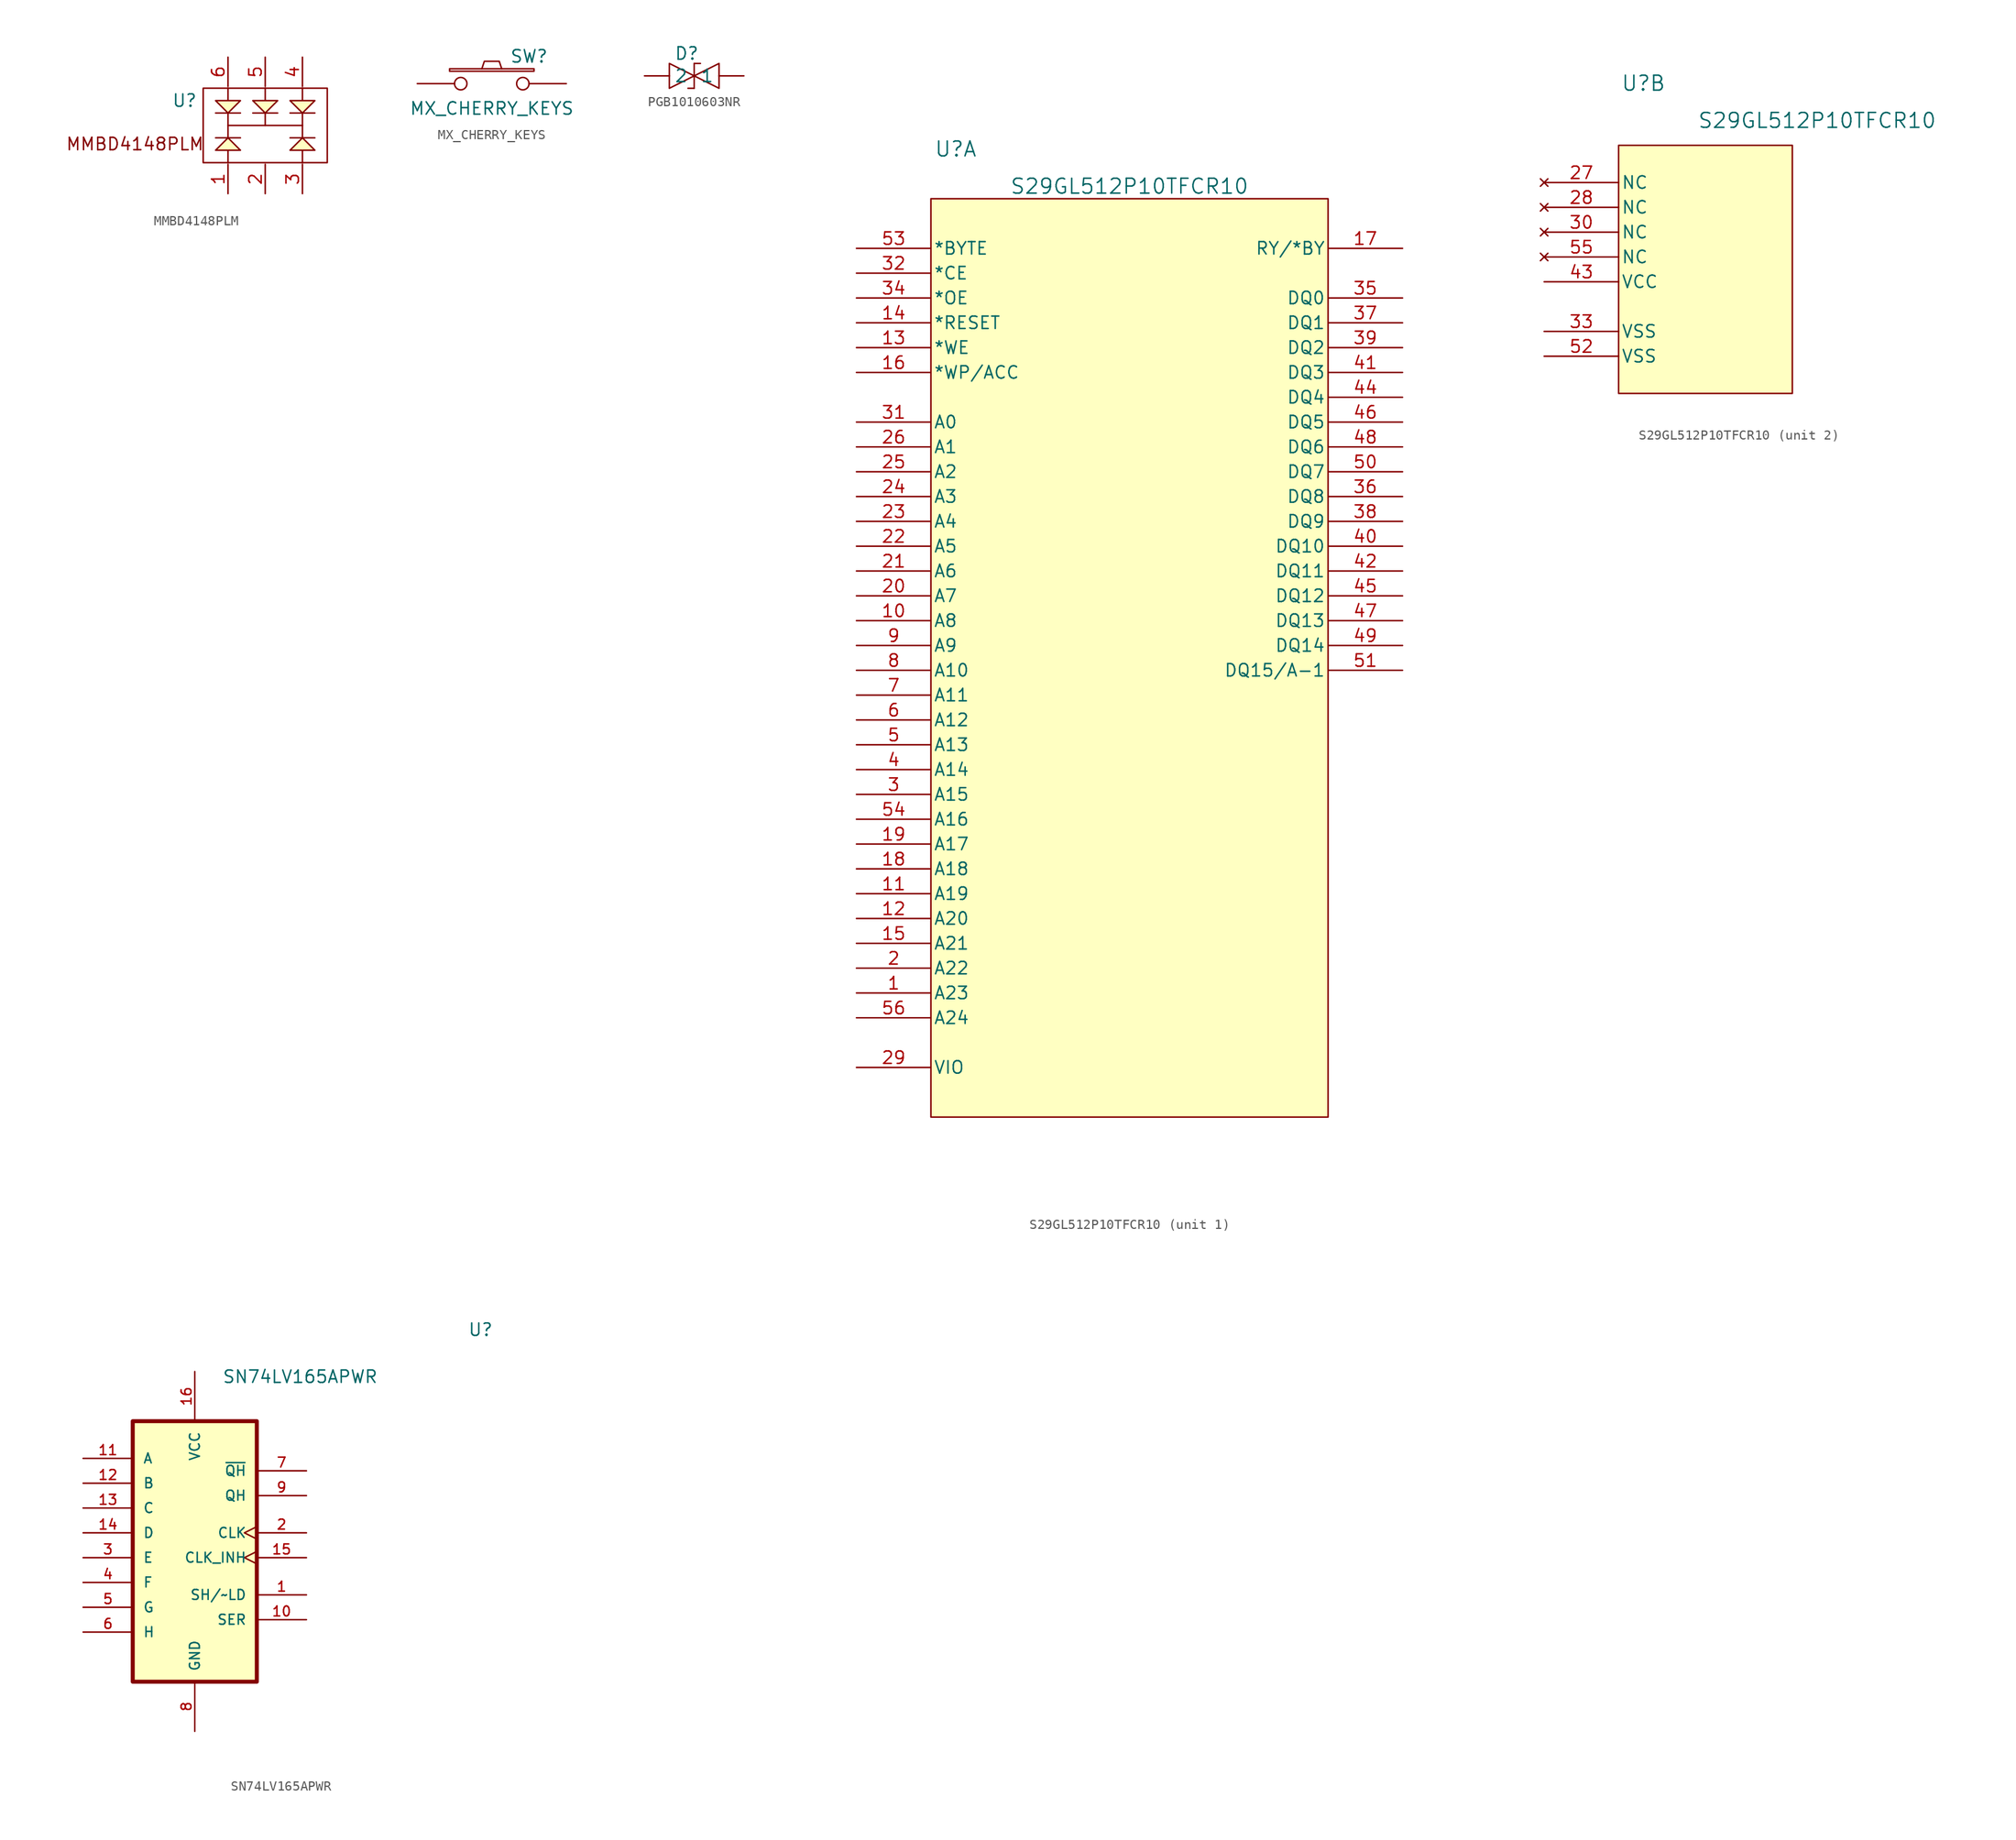
<source format=kicad_sym>
(kicad_symbol_lib
  (version 20241209)
  (generator "kicad_symbol_editor")
  (generator_version "9.0")
  (symbol "MMBD4148PLM"
    (property "Reference" "U"
      (at -8.255 2.54 0)
      (effects (font (size 1.27 1.27))))
    (property "Value" ""
      (at 1.27 2.54 0)
      (effects (font (size 1.27 1.27))))
    (symbol "MMBD4148PLM_0_1"
      (polyline (pts (xy -5.08 1.27) (xy -2.54 1.27)) (stroke (width 0) (type default)) (fill (type none)))
      (polyline (pts (xy -2.54 -1.27) (xy -5.08 -1.27)) (stroke (width 0) (type default)) (fill (type none)))
      (polyline (pts (xy -1.27 1.27) (xy 1.27 1.27)) (stroke (width 0) (type default)) (fill (type none)))
      (polyline (pts (xy 2.54 1.27) (xy 5.08 1.27)) (stroke (width 0) (type default)) (fill (type none)))
      (polyline (pts (xy 5.08 -1.27) (xy 2.54 -1.27)) (stroke (width 0) (type default)) (fill (type none))))
    (symbol "MMBD4148PLM_1_1"
      (rectangle (start -6.35 3.81) (end 6.35 -3.81) (stroke (width 0) (type default)) (fill (type none)))
      (polyline (pts (xy -3.81 3.81) (xy -3.81 2.54) (xy -2.54 2.54) (xy -3.81 1.27) (xy -5.08 2.54) (xy -3.81 2.54)) (stroke (width 0) (type default)) (fill (type background)))
      (polyline (pts (xy -3.81 1.27) (xy -3.81 -1.27)) (stroke (width 0) (type default)) (fill (type none)))
      (polyline (pts (xy -3.81 0) (xy 3.81 0)) (stroke (width 0) (type default)) (fill (type none)))
      (polyline (pts (xy -3.81 -3.81) (xy -3.81 -2.54) (xy -5.08 -2.54) (xy -3.81 -1.27) (xy -2.54 -2.54) (xy -3.81 -2.54)) (stroke (width 0) (type default)) (fill (type background)))
      (polyline (pts (xy 0 3.81) (xy 0 2.54) (xy 1.27 2.54) (xy 0 1.27) (xy -1.27 2.54) (xy 0 2.54)) (stroke (width 0) (type default)) (fill (type background)))
      (polyline (pts (xy 0 1.27) (xy 0 0)) (stroke (width 0) (type default)) (fill (type none)))
      (polyline (pts (xy 3.81 3.81) (xy 3.81 2.54) (xy 5.08 2.54) (xy 3.81 1.27) (xy 2.54 2.54) (xy 3.81 2.54)) (stroke (width 0) (type default)) (fill (type background)))
      (polyline (pts (xy 3.81 1.27) (xy 3.81 -1.27)) (stroke (width 0) (type default)) (fill (type none)))
      (polyline (pts (xy 3.81 -3.81) (xy 3.81 -2.54) (xy 2.54 -2.54) (xy 3.81 -1.27) (xy 5.08 -2.54) (xy 3.81 -2.54)) (stroke (width 0) (type default)) (fill (type background)))
      (text "MMBD4148PLM" (at -13.335 -1.905 0) (effects (font (size 1.27 1.27))))
      (pin passive line (at -3.81 6.985 270) (length 3) (name "" (effects (font (size 1.27 1.27)))) (number "6" (effects (font (size 1.27 1.27)))))
      (pin passive line (at -3.81 -6.985 90) (length 3) (name "" (effects (font (size 1.27 1.27)))) (number "1" (effects (font (size 1.27 1.27)))))
      (pin passive line (at 0 6.985 270) (length 3) (name "" (effects (font (size 1.27 1.27)))) (number "5" (effects (font (size 1.27 1.27)))))
      (pin passive line (at 0 -6.985 90) (length 3) (name "" (effects (font (size 1.27 1.27)))) (number "2" (effects (font (size 1.27 1.27)))))
      (pin passive line (at 3.81 6.985 270) (length 3) (name "" (effects (font (size 1.27 1.27)))) (number "4" (effects (font (size 1.27 1.27)))))
      (pin passive line (at 3.81 -6.985 90) (length 3) (name "" (effects (font (size 1.27 1.27)))) (number "3" (effects (font (size 1.27 1.27)))))))
  (symbol "MX_CHERRY_KEYS"
    (pin_numbers
      (hide yes))
    (pin_names
      (offset 1.016)
      (hide yes))
    (property "Reference" "SW"
      (at 3.81 2.794 0)
      (effects (font (size 1.27 1.27))))
    (property "Value" "MX_CHERRY_KEYS"
      (at 0 -2.54 0)
      (effects (font (size 1.27 1.27))))
    (symbol "MX_CHERRY_KEYS_0_1"
      (rectangle (start -4.318 1.27) (end 4.318 1.524) (stroke (width 0) (type solid)) (fill (type none)))
      (polyline (pts (xy -1.016 1.524) (xy -0.762 2.286) (xy 0.762 2.286) (xy 1.016 1.524)) (stroke (width 0) (type solid)) (fill (type none)))
      (pin passive inverted (at -7.62 0 0) (length 5.08) (name "1" (effects (font (size 1.524 1.524)))) (number "1" (effects (font (size 1.524 1.524)))))
      (pin passive inverted (at 7.62 0 180) (length 5.08) (name "2" (effects (font (size 1.524 1.524)))) (number "2" (effects (font (size 1.524 1.524)))))))
  (symbol "PGB1010603NR"
    (property "Reference" "D"
      (at -0.762 2.286 0)
      (effects (font (size 1.27 1.27))))
    (property "Value" ""
      (at 0 0 0)
      (effects (font (size 1.27 1.27))))
    (symbol "PGB1010603NR_0_1"
      (polyline (pts (xy -2.54 1.27) (xy -2.54 -1.27) (xy 0 0) (xy -2.54 1.27)) (stroke (width 0) (type default)) (fill (type none)))
      (polyline (pts (xy 0 1.27) (xy 0 -1.27)) (stroke (width 0) (type default)) (fill (type none)))
      (polyline (pts (xy 0 1.27) (xy 0.635 1.27)) (stroke (width 0) (type default)) (fill (type none)))
      (polyline (pts (xy 0 0) (xy 2.54 1.27) (xy 2.54 -1.27) (xy 0 0)) (stroke (width 0) (type default)) (fill (type none)))
      (polyline (pts (xy 0 -1.27) (xy -0.635 -1.27)) (stroke (width 0) (type default)) (fill (type none))))
    (symbol "PGB1010603NR_1_1"
      (pin input line (at -5.08 0 0) (length 2.54) (name "2" (effects (font (size 1.27 1.27)))) (number "" (effects (font (size 1.27 1.27)))))
      (pin input line (at 5.08 0 180) (length 2.54) (name "1" (effects (font (size 1.27 1.27)))) (number "" (effects (font (size 1.27 1.27)))))))
  (symbol "S29GL512P10TFCR10"
    (pin_names
      (offset 0.254))
    (property "Reference" "U"
      (at -16.51 54.61 0)
      (effects (font (size 1.524 1.524))))
    (property "Value" "S29GL512P10TFCR10"
      (at 1.27 50.8 0)
      (effects (font (size 1.524 1.524))))
    (property "ki_locked" ""
      (at 0 0 0)
      (effects (font (size 1.27 1.27))))
    (symbol "S29GL512P10TFCR10_1_1"
      (rectangle (start -19.05 49.53) (end 21.59 -44.45) (stroke (width 0) (type default)) (fill (type background)))
      (pin input line (at -26.67 44.45 0) (length 7.62) (name "*BYTE" (effects (font (size 1.27 1.27)))) (number "53" (effects (font (size 1.27 1.27)))))
      (pin input line (at -26.67 41.91 0) (length 7.62) (name "*CE" (effects (font (size 1.27 1.27)))) (number "32" (effects (font (size 1.27 1.27)))))
      (pin input line (at -26.67 39.37 0) (length 7.62) (name "*OE" (effects (font (size 1.27 1.27)))) (number "34" (effects (font (size 1.27 1.27)))))
      (pin input line (at -26.67 36.83 0) (length 7.62) (name "*RESET" (effects (font (size 1.27 1.27)))) (number "14" (effects (font (size 1.27 1.27)))))
      (pin input line (at -26.67 34.29 0) (length 7.62) (name "*WE" (effects (font (size 1.27 1.27)))) (number "13" (effects (font (size 1.27 1.27)))))
      (pin input line (at -26.67 31.75 0) (length 7.62) (name "*WP/ACC" (effects (font (size 1.27 1.27)))) (number "16" (effects (font (size 1.27 1.27)))))
      (pin input line (at -26.67 26.67 0) (length 7.62) (name "A0" (effects (font (size 1.27 1.27)))) (number "31" (effects (font (size 1.27 1.27)))))
      (pin input line (at -26.67 24.13 0) (length 7.62) (name "A1" (effects (font (size 1.27 1.27)))) (number "26" (effects (font (size 1.27 1.27)))))
      (pin input line (at -26.67 21.59 0) (length 7.62) (name "A2" (effects (font (size 1.27 1.27)))) (number "25" (effects (font (size 1.27 1.27)))))
      (pin input line (at -26.67 19.05 0) (length 7.62) (name "A3" (effects (font (size 1.27 1.27)))) (number "24" (effects (font (size 1.27 1.27)))))
      (pin input line (at -26.67 16.51 0) (length 7.62) (name "A4" (effects (font (size 1.27 1.27)))) (number "23" (effects (font (size 1.27 1.27)))))
      (pin input line (at -26.67 13.97 0) (length 7.62) (name "A5" (effects (font (size 1.27 1.27)))) (number "22" (effects (font (size 1.27 1.27)))))
      (pin input line (at -26.67 11.43 0) (length 7.62) (name "A6" (effects (font (size 1.27 1.27)))) (number "21" (effects (font (size 1.27 1.27)))))
      (pin input line (at -26.67 8.89 0) (length 7.62) (name "A7" (effects (font (size 1.27 1.27)))) (number "20" (effects (font (size 1.27 1.27)))))
      (pin input line (at -26.67 6.35 0) (length 7.62) (name "A8" (effects (font (size 1.27 1.27)))) (number "10" (effects (font (size 1.27 1.27)))))
      (pin input line (at -26.67 3.81 0) (length 7.62) (name "A9" (effects (font (size 1.27 1.27)))) (number "9" (effects (font (size 1.27 1.27)))))
      (pin input line (at -26.67 1.27 0) (length 7.62) (name "A10" (effects (font (size 1.27 1.27)))) (number "8" (effects (font (size 1.27 1.27)))))
      (pin input line (at -26.67 -1.27 0) (length 7.62) (name "A11" (effects (font (size 1.27 1.27)))) (number "7" (effects (font (size 1.27 1.27)))))
      (pin input line (at -26.67 -3.81 0) (length 7.62) (name "A12" (effects (font (size 1.27 1.27)))) (number "6" (effects (font (size 1.27 1.27)))))
      (pin input line (at -26.67 -6.35 0) (length 7.62) (name "A13" (effects (font (size 1.27 1.27)))) (number "5" (effects (font (size 1.27 1.27)))))
      (pin input line (at -26.67 -8.89 0) (length 7.62) (name "A14" (effects (font (size 1.27 1.27)))) (number "4" (effects (font (size 1.27 1.27)))))
      (pin input line (at -26.67 -11.43 0) (length 7.62) (name "A15" (effects (font (size 1.27 1.27)))) (number "3" (effects (font (size 1.27 1.27)))))
      (pin input line (at -26.67 -13.97 0) (length 7.62) (name "A16" (effects (font (size 1.27 1.27)))) (number "54" (effects (font (size 1.27 1.27)))))
      (pin input line (at -26.67 -16.51 0) (length 7.62) (name "A17" (effects (font (size 1.27 1.27)))) (number "19" (effects (font (size 1.27 1.27)))))
      (pin input line (at -26.67 -19.05 0) (length 7.62) (name "A18" (effects (font (size 1.27 1.27)))) (number "18" (effects (font (size 1.27 1.27)))))
      (pin input line (at -26.67 -21.59 0) (length 7.62) (name "A19" (effects (font (size 1.27 1.27)))) (number "11" (effects (font (size 1.27 1.27)))))
      (pin input line (at -26.67 -24.13 0) (length 7.62) (name "A20" (effects (font (size 1.27 1.27)))) (number "12" (effects (font (size 1.27 1.27)))))
      (pin input line (at -26.67 -26.67 0) (length 7.62) (name "A21" (effects (font (size 1.27 1.27)))) (number "15" (effects (font (size 1.27 1.27)))))
      (pin input line (at -26.67 -29.21 0) (length 7.62) (name "A22" (effects (font (size 1.27 1.27)))) (number "2" (effects (font (size 1.27 1.27)))))
      (pin input line (at -26.67 -31.75 0) (length 7.62) (name "A23" (effects (font (size 1.27 1.27)))) (number "1" (effects (font (size 1.27 1.27)))))
      (pin input line (at -26.67 -34.29 0) (length 7.62) (name "A24" (effects (font (size 1.27 1.27)))) (number "56" (effects (font (size 1.27 1.27)))))
      (pin bidirectional line (at -26.67 -39.37 0) (length 7.62) (name "VIO" (effects (font (size 1.27 1.27)))) (number "29" (effects (font (size 1.27 1.27)))))
      (pin output line (at 29.21 44.45 180) (length 7.62) (name "RY/*BY" (effects (font (size 1.27 1.27)))) (number "17" (effects (font (size 1.27 1.27)))))
      (pin bidirectional line (at 29.21 39.37 180) (length 7.62) (name "DQ0" (effects (font (size 1.27 1.27)))) (number "35" (effects (font (size 1.27 1.27)))))
      (pin bidirectional line (at 29.21 36.83 180) (length 7.62) (name "DQ1" (effects (font (size 1.27 1.27)))) (number "37" (effects (font (size 1.27 1.27)))))
      (pin bidirectional line (at 29.21 34.29 180) (length 7.62) (name "DQ2" (effects (font (size 1.27 1.27)))) (number "39" (effects (font (size 1.27 1.27)))))
      (pin bidirectional line (at 29.21 31.75 180) (length 7.62) (name "DQ3" (effects (font (size 1.27 1.27)))) (number "41" (effects (font (size 1.27 1.27)))))
      (pin bidirectional line (at 29.21 29.21 180) (length 7.62) (name "DQ4" (effects (font (size 1.27 1.27)))) (number "44" (effects (font (size 1.27 1.27)))))
      (pin bidirectional line (at 29.21 26.67 180) (length 7.62) (name "DQ5" (effects (font (size 1.27 1.27)))) (number "46" (effects (font (size 1.27 1.27)))))
      (pin bidirectional line (at 29.21 24.13 180) (length 7.62) (name "DQ6" (effects (font (size 1.27 1.27)))) (number "48" (effects (font (size 1.27 1.27)))))
      (pin bidirectional line (at 29.21 21.59 180) (length 7.62) (name "DQ7" (effects (font (size 1.27 1.27)))) (number "50" (effects (font (size 1.27 1.27)))))
      (pin bidirectional line (at 29.21 19.05 180) (length 7.62) (name "DQ8" (effects (font (size 1.27 1.27)))) (number "36" (effects (font (size 1.27 1.27)))))
      (pin bidirectional line (at 29.21 16.51 180) (length 7.62) (name "DQ9" (effects (font (size 1.27 1.27)))) (number "38" (effects (font (size 1.27 1.27)))))
      (pin bidirectional line (at 29.21 13.97 180) (length 7.62) (name "DQ10" (effects (font (size 1.27 1.27)))) (number "40" (effects (font (size 1.27 1.27)))))
      (pin bidirectional line (at 29.21 11.43 180) (length 7.62) (name "DQ11" (effects (font (size 1.27 1.27)))) (number "42" (effects (font (size 1.27 1.27)))))
      (pin bidirectional line (at 29.21 8.89 180) (length 7.62) (name "DQ12" (effects (font (size 1.27 1.27)))) (number "45" (effects (font (size 1.27 1.27)))))
      (pin bidirectional line (at 29.21 6.35 180) (length 7.62) (name "DQ13" (effects (font (size 1.27 1.27)))) (number "47" (effects (font (size 1.27 1.27)))))
      (pin bidirectional line (at 29.21 3.81 180) (length 7.62) (name "DQ14" (effects (font (size 1.27 1.27)))) (number "49" (effects (font (size 1.27 1.27)))))
      (pin bidirectional line (at 29.21 1.27 180) (length 7.62) (name "DQ15/A-1" (effects (font (size 1.27 1.27)))) (number "51" (effects (font (size 1.27 1.27))))))
    (symbol "S29GL512P10TFCR10_2_1"
      (rectangle (start -19.05 48.26) (end -1.27 22.86) (stroke (width 0) (type default)) (fill (type background)))
      (pin no_connect line (at -26.67 44.45 0) (length 7.62) (name "NC" (effects (font (size 1.27 1.27)))) (number "27" (effects (font (size 1.27 1.27)))))
      (pin no_connect line (at -26.67 41.91 0) (length 7.62) (name "NC" (effects (font (size 1.27 1.27)))) (number "28" (effects (font (size 1.27 1.27)))))
      (pin no_connect line (at -26.67 39.37 0) (length 7.62) (name "NC" (effects (font (size 1.27 1.27)))) (number "30" (effects (font (size 1.27 1.27)))))
      (pin no_connect line (at -26.67 36.83 0) (length 7.62) (name "NC" (effects (font (size 1.27 1.27)))) (number "55" (effects (font (size 1.27 1.27)))))
      (pin power_in line (at -26.67 34.29 0) (length 7.62) (name "VCC" (effects (font (size 1.27 1.27)))) (number "43" (effects (font (size 1.27 1.27)))))
      (pin power_in line (at -26.67 29.21 0) (length 7.62) (name "VSS" (effects (font (size 1.27 1.27)))) (number "33" (effects (font (size 1.27 1.27)))))
      (pin power_in line (at -26.67 26.67 0) (length 7.62) (name "VSS" (effects (font (size 1.27 1.27)))) (number "52" (effects (font (size 1.27 1.27)))))))
  (symbol "SN74LV165APWR"
    (pin_names
      (offset 1.016))
    (property "Reference" "U"
      (at 27.94 21.32 0)
      (effects (font (size 1.27 1.27)) (justify left bottom)))
    (property "Value" "SN74LV165APWR"
      (at 2.794 16.51 0)
      (effects (font (size 1.27 1.27)) (justify left bottom)))
    (symbol "SN74LV165APWR_0_0"
      (rectangle (start -6.35 12.7) (end 6.35 -13.97) (stroke (width 0.41) (type default)) (fill (type background)))
      (pin input line (at -11.43 8.89 0) (length 5.08) (name "A" (effects (font (size 1.016 1.016)))) (number "11" (effects (font (size 1.016 1.016)))))
      (pin input line (at -11.43 6.35 0) (length 5.08) (name "B" (effects (font (size 1.016 1.016)))) (number "12" (effects (font (size 1.016 1.016)))))
      (pin input line (at -11.43 3.81 0) (length 5.08) (name "C" (effects (font (size 1.016 1.016)))) (number "13" (effects (font (size 1.016 1.016)))))
      (pin input line (at -11.43 1.27 0) (length 5.08) (name "D" (effects (font (size 1.016 1.016)))) (number "14" (effects (font (size 1.016 1.016)))))
      (pin input line (at -11.43 -1.27 0) (length 5.08) (name "E" (effects (font (size 1.016 1.016)))) (number "3" (effects (font (size 1.016 1.016)))))
      (pin input line (at -11.43 -3.81 0) (length 5.08) (name "F" (effects (font (size 1.016 1.016)))) (number "4" (effects (font (size 1.016 1.016)))))
      (pin input line (at -11.43 -6.35 0) (length 5.08) (name "G" (effects (font (size 1.016 1.016)))) (number "5" (effects (font (size 1.016 1.016)))))
      (pin input line (at -11.43 -8.89 0) (length 5.08) (name "H" (effects (font (size 1.016 1.016)))) (number "6" (effects (font (size 1.016 1.016)))))
      (pin power_in line (at 0 17.78 270) (length 5.08) (name "VCC" (effects (font (size 1.016 1.016)))) (number "16" (effects (font (size 1.016 1.016)))))
      (pin power_in line (at 0 -19.05 90) (length 5.08) (name "GND" (effects (font (size 1.016 1.016)))) (number "8" (effects (font (size 1.016 1.016)))))
      (pin output line (at 11.43 7.62 180) (length 5.08) (name "~{QH}" (effects (font (size 1.016 1.016)))) (number "7" (effects (font (size 1.016 1.016)))))
      (pin output line (at 11.43 5.08 180) (length 5.08) (name "QH" (effects (font (size 1.016 1.016)))) (number "9" (effects (font (size 1.016 1.016)))))
      (pin input clock (at 11.43 1.27 180) (length 5.08) (name "CLK" (effects (font (size 1.016 1.016)))) (number "2" (effects (font (size 1.016 1.016)))))
      (pin input clock (at 11.43 -1.27 180) (length 5.08) (name "CLK_INH" (effects (font (size 1.016 1.016)))) (number "15" (effects (font (size 1.016 1.016)))))
      (pin input line (at 11.43 -5.08 180) (length 5.08) (name "SH/~LD" (effects (font (size 1.016 1.016)))) (number "1" (effects (font (size 1.016 1.016)))))
      (pin input line (at 11.43 -7.62 180) (length 5.08) (name "SER" (effects (font (size 1.016 1.016)))) (number "10" (effects (font (size 1.016 1.016))))))))
</source>
